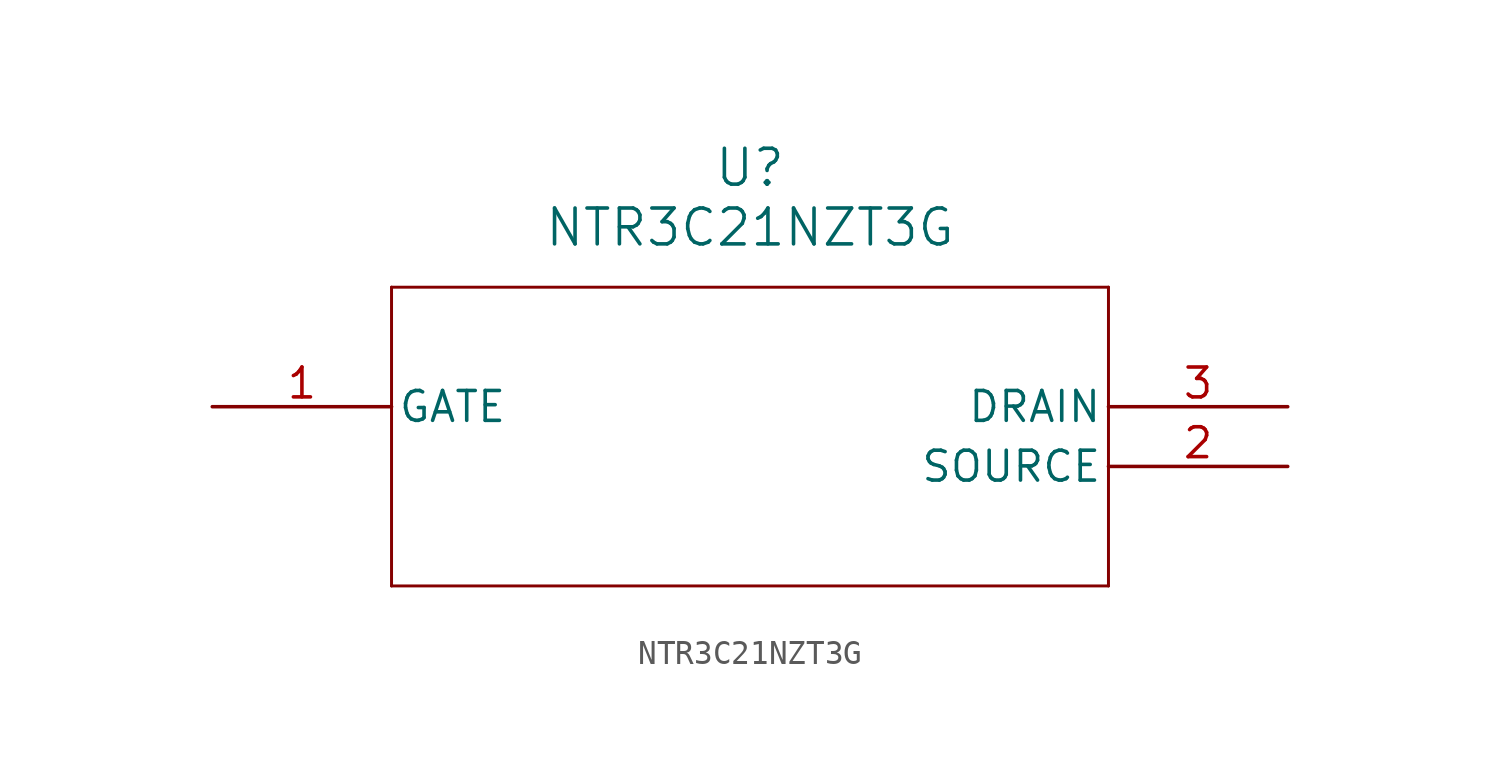
<source format=kicad_sym>
(kicad_symbol_lib
  (version 20211014)
  (generator kicad_symbol_editor)
  (symbol "NTR3C21NZT3G"
    (pin_names
      (offset 0.254))
    (property "Reference" "U"
      (at 22.86 10.16 0)
      (effects (font (size 1.524 1.524))))
    (property "Value" "NTR3C21NZT3G"
      (at 22.86 7.62 0)
      (effects (font (size 1.524 1.524))))
    (symbol "NTR3C21NZT3G_0_1"
      (polyline (pts (xy 7.62 5.08) (xy 7.62 -7.62)) (stroke (width 0.127) (type default) (color 0 0 0 0)) (fill (type none)))
      (polyline (pts (xy 7.62 -7.62) (xy 38.1 -7.62)) (stroke (width 0.127) (type default) (color 0 0 0 0)) (fill (type none)))
      (polyline (pts (xy 38.1 -7.62) (xy 38.1 5.08)) (stroke (width 0.127) (type default) (color 0 0 0 0)) (fill (type none)))
      (polyline (pts (xy 38.1 5.08) (xy 7.62 5.08)) (stroke (width 0.127) (type default) (color 0 0 0 0)) (fill (type none)))
      (pin unspecified line (at 0 0 0) (length 7.62) (name "GATE" (effects (font (size 1.27 1.27)))) (number "1" (effects (font (size 1.27 1.27)))))
      (pin unspecified line (at 45.72 -2.54 180) (length 7.62) (name "SOURCE" (effects (font (size 1.27 1.27)))) (number "2" (effects (font (size 1.27 1.27)))))
      (pin unspecified line (at 45.72 0 180) (length 7.62) (name "DRAIN" (effects (font (size 1.27 1.27)))) (number "3" (effects (font (size 1.27 1.27))))))))
</source>
